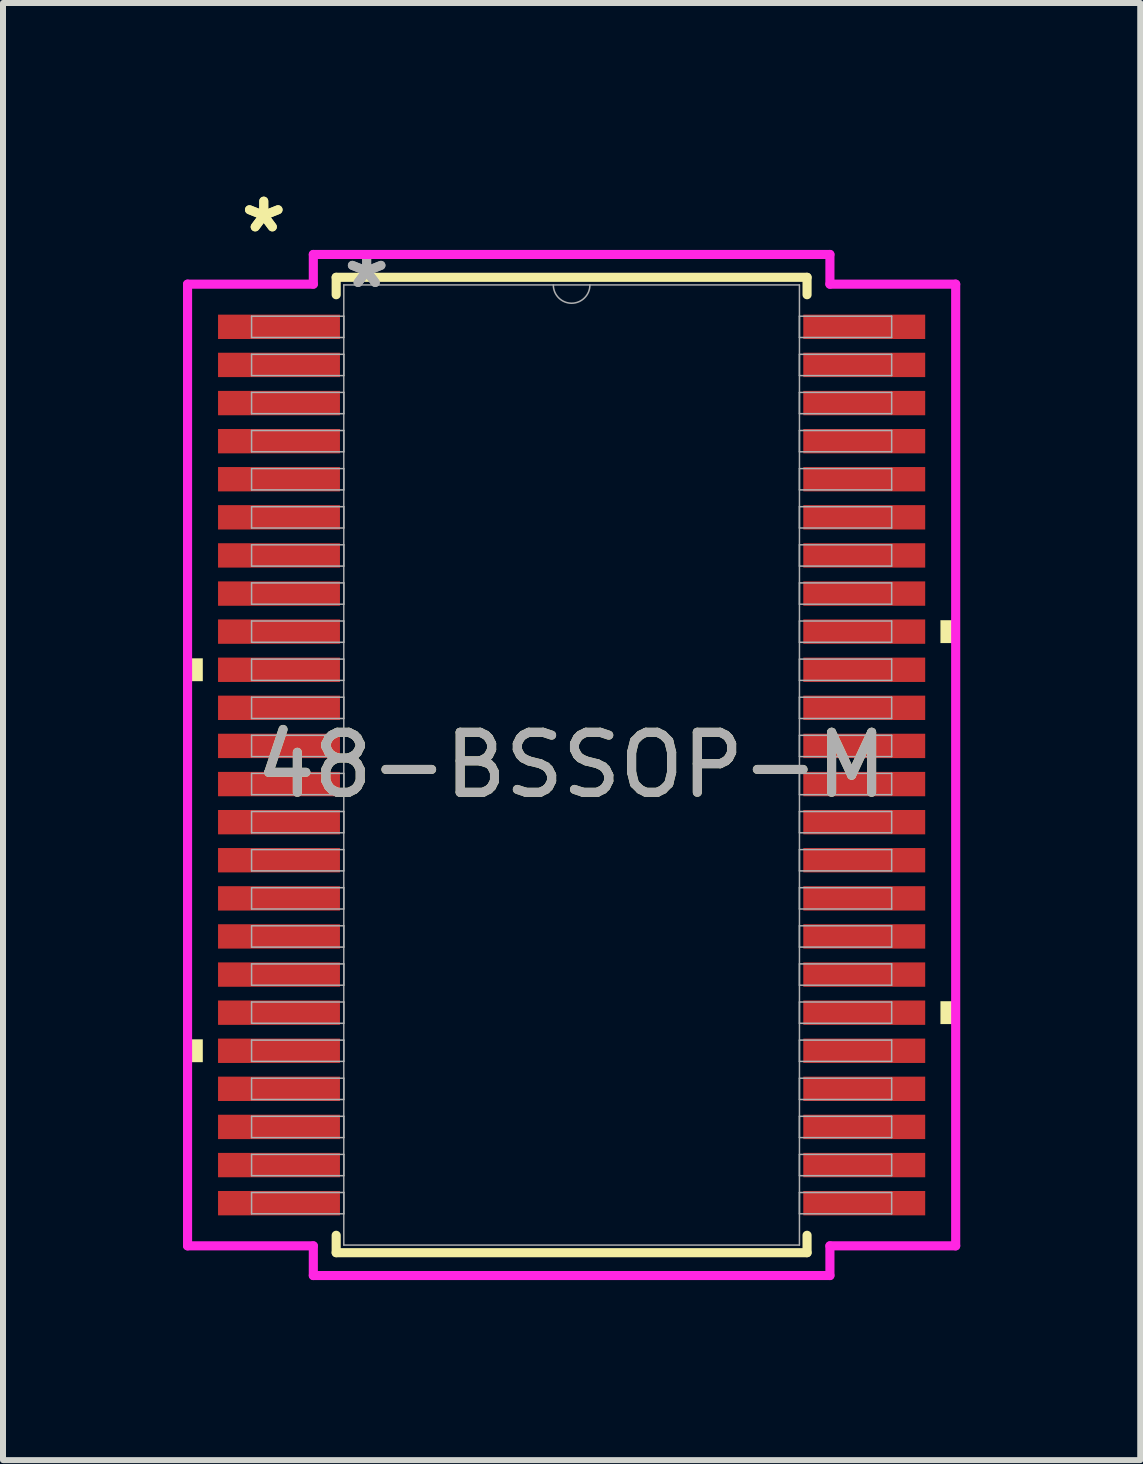
<source format=kicad_pcb>
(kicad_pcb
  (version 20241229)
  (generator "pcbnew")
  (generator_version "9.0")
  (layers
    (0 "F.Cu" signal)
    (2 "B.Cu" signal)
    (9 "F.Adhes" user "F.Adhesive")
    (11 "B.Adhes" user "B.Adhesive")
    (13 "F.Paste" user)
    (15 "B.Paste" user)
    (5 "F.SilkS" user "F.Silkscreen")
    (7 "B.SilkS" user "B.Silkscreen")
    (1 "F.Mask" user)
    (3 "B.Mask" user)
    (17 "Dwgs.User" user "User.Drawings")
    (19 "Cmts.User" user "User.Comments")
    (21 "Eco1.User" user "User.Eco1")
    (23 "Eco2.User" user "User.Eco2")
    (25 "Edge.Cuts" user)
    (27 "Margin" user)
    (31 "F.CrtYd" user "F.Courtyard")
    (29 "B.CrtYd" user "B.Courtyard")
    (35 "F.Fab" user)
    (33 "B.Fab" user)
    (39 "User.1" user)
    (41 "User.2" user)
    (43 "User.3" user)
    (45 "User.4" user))
  (footprint "48-BSSOP-M"
    (layer "F.Cu")
    (at 6.477 9.7)
    (property "Reference" "48-BSSOP-M" (at 0 0 0) (unlocked yes) (layer "F.SilkS") (effects (font (size 1 1) (thickness 0.15))))
    (attr smd)
    (fp_line (start -3.924 -8.128) (end -3.924 -7.838) (stroke (width 0.152) (type solid)) (layer "F.SilkS"))
    (fp_line (start -3.924 7.838) (end -3.924 8.128) (stroke (width 0.152) (type solid)) (layer "F.SilkS"))
    (fp_line (start -3.924 8.128) (end 3.924 8.128) (stroke (width 0.152) (type solid)) (layer "F.SilkS"))
    (fp_line (start 3.924 -8.128) (end -3.924 -8.128) (stroke (width 0.152) (type solid)) (layer "F.SilkS"))
    (fp_line (start 3.924 -7.838) (end 3.924 -8.128) (stroke (width 0.152) (type solid)) (layer "F.SilkS"))
    (fp_line (start 3.924 8.128) (end 3.924 7.838) (stroke (width 0.152) (type solid)) (layer "F.SilkS"))
    (fp_poly (pts (xy -6.401 -1.778) (xy -6.401 -1.397) (xy -6.147 -1.397) (xy -6.147 -1.778)) (stroke (width 0) (type solid)) (fill yes) (layer "F.SilkS"))
    (fp_poly (pts (xy -6.401 4.572) (xy -6.401 4.953) (xy -6.147 4.953) (xy -6.147 4.572)) (stroke (width 0) (type solid)) (fill yes) (layer "F.SilkS"))
    (fp_poly (pts (xy 6.401 -2.413) (xy 6.401 -2.032) (xy 6.147 -2.032) (xy 6.147 -2.413)) (stroke (width 0) (type solid)) (fill yes) (layer "F.SilkS"))
    (fp_poly (pts (xy 6.401 3.937) (xy 6.401 4.318) (xy 6.147 4.318) (xy 6.147 3.937)) (stroke (width 0) (type solid)) (fill yes) (layer "F.SilkS"))
    (fp_line (start -6.401 -8.014) (end -4.305 -8.014) (stroke (width 0.152) (type solid)) (layer "F.CrtYd"))
    (fp_line (start -6.401 8.014) (end -6.401 -8.014) (stroke (width 0.152) (type solid)) (layer "F.CrtYd"))
    (fp_line (start -6.401 8.014) (end -4.305 8.014) (stroke (width 0.152) (type solid)) (layer "F.CrtYd"))
    (fp_line (start -4.305 -8.509) (end 4.305 -8.509) (stroke (width 0.152) (type solid)) (layer "F.CrtYd"))
    (fp_line (start -4.305 -8.014) (end -4.305 -8.509) (stroke (width 0.152) (type solid)) (layer "F.CrtYd"))
    (fp_line (start -4.305 8.509) (end -4.305 8.014) (stroke (width 0.152) (type solid)) (layer "F.CrtYd"))
    (fp_line (start 4.305 -8.509) (end 4.305 -8.014) (stroke (width 0.152) (type solid)) (layer "F.CrtYd"))
    (fp_line (start 4.305 8.014) (end 4.305 8.509) (stroke (width 0.152) (type solid)) (layer "F.CrtYd"))
    (fp_line (start 4.305 8.509) (end -4.305 8.509) (stroke (width 0.152) (type solid)) (layer "F.CrtYd"))
    (fp_line (start 6.401 -8.014) (end 4.305 -8.014) (stroke (width 0.152) (type solid)) (layer "F.CrtYd"))
    (fp_line (start 6.401 -8.014) (end 6.401 8.014) (stroke (width 0.152) (type solid)) (layer "F.CrtYd"))
    (fp_line (start 6.401 8.014) (end 4.305 8.014) (stroke (width 0.152) (type solid)) (layer "F.CrtYd"))
    (fp_line (start -5.334 -7.48) (end -5.334 -7.125) (stroke (width 0.025) (type solid)) (layer "F.Fab"))
    (fp_line (start -5.334 -7.125) (end -3.797 -7.125) (stroke (width 0.025) (type solid)) (layer "F.Fab"))
    (fp_line (start -5.334 -6.845) (end -5.334 -6.49) (stroke (width 0.025) (type solid)) (layer "F.Fab"))
    (fp_line (start -5.334 -6.49) (end -3.797 -6.49) (stroke (width 0.025) (type solid)) (layer "F.Fab"))
    (fp_line (start -5.334 -6.21) (end -5.334 -5.855) (stroke (width 0.025) (type solid)) (layer "F.Fab"))
    (fp_line (start -5.334 -5.855) (end -3.797 -5.855) (stroke (width 0.025) (type solid)) (layer "F.Fab"))
    (fp_line (start -5.334 -5.575) (end -5.334 -5.22) (stroke (width 0.025) (type solid)) (layer "F.Fab"))
    (fp_line (start -5.334 -5.22) (end -3.797 -5.22) (stroke (width 0.025) (type solid)) (layer "F.Fab"))
    (fp_line (start -5.334 -4.94) (end -5.334 -4.585) (stroke (width 0.025) (type solid)) (layer "F.Fab"))
    (fp_line (start -5.334 -4.585) (end -3.797 -4.585) (stroke (width 0.025) (type solid)) (layer "F.Fab"))
    (fp_line (start -5.334 -4.305) (end -5.334 -3.95) (stroke (width 0.025) (type solid)) (layer "F.Fab"))
    (fp_line (start -5.334 -3.95) (end -3.797 -3.95) (stroke (width 0.025) (type solid)) (layer "F.Fab"))
    (fp_line (start -5.334 -3.67) (end -5.334 -3.315) (stroke (width 0.025) (type solid)) (layer "F.Fab"))
    (fp_line (start -5.334 -3.315) (end -3.797 -3.315) (stroke (width 0.025) (type solid)) (layer "F.Fab"))
    (fp_line (start -5.334 -3.035) (end -5.334 -2.68) (stroke (width 0.025) (type solid)) (layer "F.Fab"))
    (fp_line (start -5.334 -2.68) (end -3.797 -2.68) (stroke (width 0.025) (type solid)) (layer "F.Fab"))
    (fp_line (start -5.334 -2.4) (end -5.334 -2.045) (stroke (width 0.025) (type solid)) (layer "F.Fab"))
    (fp_line (start -5.334 -2.045) (end -3.797 -2.045) (stroke (width 0.025) (type solid)) (layer "F.Fab"))
    (fp_line (start -5.334 -1.765) (end -5.334 -1.41) (stroke (width 0.025) (type solid)) (layer "F.Fab"))
    (fp_line (start -5.334 -1.41) (end -3.797 -1.41) (stroke (width 0.025) (type solid)) (layer "F.Fab"))
    (fp_line (start -5.334 -1.13) (end -5.334 -0.775) (stroke (width 0.025) (type solid)) (layer "F.Fab"))
    (fp_line (start -5.334 -0.775) (end -3.797 -0.775) (stroke (width 0.025) (type solid)) (layer "F.Fab"))
    (fp_line (start -5.334 -0.495) (end -5.334 -0.14) (stroke (width 0.025) (type solid)) (layer "F.Fab"))
    (fp_line (start -5.334 -0.14) (end -3.797 -0.14) (stroke (width 0.025) (type solid)) (layer "F.Fab"))
    (fp_line (start -5.334 0.14) (end -5.334 0.495) (stroke (width 0.025) (type solid)) (layer "F.Fab"))
    (fp_line (start -5.334 0.495) (end -3.797 0.495) (stroke (width 0.025) (type solid)) (layer "F.Fab"))
    (fp_line (start -5.334 0.775) (end -5.334 1.13) (stroke (width 0.025) (type solid)) (layer "F.Fab"))
    (fp_line (start -5.334 1.13) (end -3.797 1.13) (stroke (width 0.025) (type solid)) (layer "F.Fab"))
    (fp_line (start -5.334 1.41) (end -5.334 1.765) (stroke (width 0.025) (type solid)) (layer "F.Fab"))
    (fp_line (start -5.334 1.765) (end -3.797 1.765) (stroke (width 0.025) (type solid)) (layer "F.Fab"))
    (fp_line (start -5.334 2.045) (end -5.334 2.4) (stroke (width 0.025) (type solid)) (layer "F.Fab"))
    (fp_line (start -5.334 2.4) (end -3.797 2.4) (stroke (width 0.025) (type solid)) (layer "F.Fab"))
    (fp_line (start -5.334 2.68) (end -5.334 3.035) (stroke (width 0.025) (type solid)) (layer "F.Fab"))
    (fp_line (start -5.334 3.035) (end -3.797 3.035) (stroke (width 0.025) (type solid)) (layer "F.Fab"))
    (fp_line (start -5.334 3.315) (end -5.334 3.67) (stroke (width 0.025) (type solid)) (layer "F.Fab"))
    (fp_line (start -5.334 3.67) (end -3.797 3.67) (stroke (width 0.025) (type solid)) (layer "F.Fab"))
    (fp_line (start -5.334 3.95) (end -5.334 4.305) (stroke (width 0.025) (type solid)) (layer "F.Fab"))
    (fp_line (start -5.334 4.305) (end -3.797 4.305) (stroke (width 0.025) (type solid)) (layer "F.Fab"))
    (fp_line (start -5.334 4.585) (end -5.334 4.94) (stroke (width 0.025) (type solid)) (layer "F.Fab"))
    (fp_line (start -5.334 4.94) (end -3.797 4.94) (stroke (width 0.025) (type solid)) (layer "F.Fab"))
    (fp_line (start -5.334 5.22) (end -5.334 5.575) (stroke (width 0.025) (type solid)) (layer "F.Fab"))
    (fp_line (start -5.334 5.575) (end -3.797 5.575) (stroke (width 0.025) (type solid)) (layer "F.Fab"))
    (fp_line (start -5.334 5.855) (end -5.334 6.21) (stroke (width 0.025) (type solid)) (layer "F.Fab"))
    (fp_line (start -5.334 6.21) (end -3.797 6.21) (stroke (width 0.025) (type solid)) (layer "F.Fab"))
    (fp_line (start -5.334 6.49) (end -5.334 6.845) (stroke (width 0.025) (type solid)) (layer "F.Fab"))
    (fp_line (start -5.334 6.845) (end -3.797 6.845) (stroke (width 0.025) (type solid)) (layer "F.Fab"))
    (fp_line (start -5.334 7.125) (end -5.334 7.48) (stroke (width 0.025) (type solid)) (layer "F.Fab"))
    (fp_line (start -5.334 7.48) (end -3.797 7.48) (stroke (width 0.025) (type solid)) (layer "F.Fab"))
    (fp_line (start -3.797 -8.001) (end -3.797 8.001) (stroke (width 0.025) (type solid)) (layer "F.Fab"))
    (fp_line (start -3.797 -7.48) (end -5.334 -7.48) (stroke (width 0.025) (type solid)) (layer "F.Fab"))
    (fp_line (start -3.797 -7.125) (end -3.797 -7.48) (stroke (width 0.025) (type solid)) (layer "F.Fab"))
    (fp_line (start -3.797 -6.845) (end -5.334 -6.845) (stroke (width 0.025) (type solid)) (layer "F.Fab"))
    (fp_line (start -3.797 -6.49) (end -3.797 -6.845) (stroke (width 0.025) (type solid)) (layer "F.Fab"))
    (fp_line (start -3.797 -6.21) (end -5.334 -6.21) (stroke (width 0.025) (type solid)) (layer "F.Fab"))
    (fp_line (start -3.797 -5.855) (end -3.797 -6.21) (stroke (width 0.025) (type solid)) (layer "F.Fab"))
    (fp_line (start -3.797 -5.575) (end -5.334 -5.575) (stroke (width 0.025) (type solid)) (layer "F.Fab"))
    (fp_line (start -3.797 -5.22) (end -3.797 -5.575) (stroke (width 0.025) (type solid)) (layer "F.Fab"))
    (fp_line (start -3.797 -4.94) (end -5.334 -4.94) (stroke (width 0.025) (type solid)) (layer "F.Fab"))
    (fp_line (start -3.797 -4.585) (end -3.797 -4.94) (stroke (width 0.025) (type solid)) (layer "F.Fab"))
    (fp_line (start -3.797 -4.305) (end -5.334 -4.305) (stroke (width 0.025) (type solid)) (layer "F.Fab"))
    (fp_line (start -3.797 -3.95) (end -3.797 -4.305) (stroke (width 0.025) (type solid)) (layer "F.Fab"))
    (fp_line (start -3.797 -3.67) (end -5.334 -3.67) (stroke (width 0.025) (type solid)) (layer "F.Fab"))
    (fp_line (start -3.797 -3.315) (end -3.797 -3.67) (stroke (width 0.025) (type solid)) (layer "F.Fab"))
    (fp_line (start -3.797 -3.035) (end -5.334 -3.035) (stroke (width 0.025) (type solid)) (layer "F.Fab"))
    (fp_line (start -3.797 -2.68) (end -3.797 -3.035) (stroke (width 0.025) (type solid)) (layer "F.Fab"))
    (fp_line (start -3.797 -2.4) (end -5.334 -2.4) (stroke (width 0.025) (type solid)) (layer "F.Fab"))
    (fp_line (start -3.797 -2.045) (end -3.797 -2.4) (stroke (width 0.025) (type solid)) (layer "F.Fab"))
    (fp_line (start -3.797 -1.765) (end -5.334 -1.765) (stroke (width 0.025) (type solid)) (layer "F.Fab"))
    (fp_line (start -3.797 -1.41) (end -3.797 -1.765) (stroke (width 0.025) (type solid)) (layer "F.Fab"))
    (fp_line (start -3.797 -1.13) (end -5.334 -1.13) (stroke (width 0.025) (type solid)) (layer "F.Fab"))
    (fp_line (start -3.797 -0.775) (end -3.797 -1.13) (stroke (width 0.025) (type solid)) (layer "F.Fab"))
    (fp_line (start -3.797 -0.495) (end -5.334 -0.495) (stroke (width 0.025) (type solid)) (layer "F.Fab"))
    (fp_line (start -3.797 -0.14) (end -3.797 -0.495) (stroke (width 0.025) (type solid)) (layer "F.Fab"))
    (fp_line (start -3.797 0.14) (end -5.334 0.14) (stroke (width 0.025) (type solid)) (layer "F.Fab"))
    (fp_line (start -3.797 0.495) (end -3.797 0.14) (stroke (width 0.025) (type solid)) (layer "F.Fab"))
    (fp_line (start -3.797 0.775) (end -5.334 0.775) (stroke (width 0.025) (type solid)) (layer "F.Fab"))
    (fp_line (start -3.797 1.13) (end -3.797 0.775) (stroke (width 0.025) (type solid)) (layer "F.Fab"))
    (fp_line (start -3.797 1.41) (end -5.334 1.41) (stroke (width 0.025) (type solid)) (layer "F.Fab"))
    (fp_line (start -3.797 1.765) (end -3.797 1.41) (stroke (width 0.025) (type solid)) (layer "F.Fab"))
    (fp_line (start -3.797 2.045) (end -5.334 2.045) (stroke (width 0.025) (type solid)) (layer "F.Fab"))
    (fp_line (start -3.797 2.4) (end -3.797 2.045) (stroke (width 0.025) (type solid)) (layer "F.Fab"))
    (fp_line (start -3.797 2.68) (end -5.334 2.68) (stroke (width 0.025) (type solid)) (layer "F.Fab"))
    (fp_line (start -3.797 3.035) (end -3.797 2.68) (stroke (width 0.025) (type solid)) (layer "F.Fab"))
    (fp_line (start -3.797 3.315) (end -5.334 3.315) (stroke (width 0.025) (type solid)) (layer "F.Fab"))
    (fp_line (start -3.797 3.67) (end -3.797 3.315) (stroke (width 0.025) (type solid)) (layer "F.Fab"))
    (fp_line (start -3.797 3.95) (end -5.334 3.95) (stroke (width 0.025) (type solid)) (layer "F.Fab"))
    (fp_line (start -3.797 4.305) (end -3.797 3.95) (stroke (width 0.025) (type solid)) (layer "F.Fab"))
    (fp_line (start -3.797 4.585) (end -5.334 4.585) (stroke (width 0.025) (type solid)) (layer "F.Fab"))
    (fp_line (start -3.797 4.94) (end -3.797 4.585) (stroke (width 0.025) (type solid)) (layer "F.Fab"))
    (fp_line (start -3.797 5.22) (end -5.334 5.22) (stroke (width 0.025) (type solid)) (layer "F.Fab"))
    (fp_line (start -3.797 5.575) (end -3.797 5.22) (stroke (width 0.025) (type solid)) (layer "F.Fab"))
    (fp_line (start -3.797 5.855) (end -5.334 5.855) (stroke (width 0.025) (type solid)) (layer "F.Fab"))
    (fp_line (start -3.797 6.21) (end -3.797 5.855) (stroke (width 0.025) (type solid)) (layer "F.Fab"))
    (fp_line (start -3.797 6.49) (end -5.334 6.49) (stroke (width 0.025) (type solid)) (layer "F.Fab"))
    (fp_line (start -3.797 6.845) (end -3.797 6.49) (stroke (width 0.025) (type solid)) (layer "F.Fab"))
    (fp_line (start -3.797 7.125) (end -5.334 7.125) (stroke (width 0.025) (type solid)) (layer "F.Fab"))
    (fp_line (start -3.797 7.48) (end -3.797 7.125) (stroke (width 0.025) (type solid)) (layer "F.Fab"))
    (fp_line (start -3.797 8.001) (end 3.797 8.001) (stroke (width 0.025) (type solid)) (layer "F.Fab"))
    (fp_line (start 3.797 -8.001) (end -3.797 -8.001) (stroke (width 0.025) (type solid)) (layer "F.Fab"))
    (fp_line (start 3.797 -7.48) (end 3.797 -7.125) (stroke (width 0.025) (type solid)) (layer "F.Fab"))
    (fp_line (start 3.797 -7.125) (end 5.334 -7.125) (stroke (width 0.025) (type solid)) (layer "F.Fab"))
    (fp_line (start 3.797 -6.845) (end 3.797 -6.49) (stroke (width 0.025) (type solid)) (layer "F.Fab"))
    (fp_line (start 3.797 -6.49) (end 5.334 -6.49) (stroke (width 0.025) (type solid)) (layer "F.Fab"))
    (fp_line (start 3.797 -6.21) (end 3.797 -5.855) (stroke (width 0.025) (type solid)) (layer "F.Fab"))
    (fp_line (start 3.797 -5.855) (end 5.334 -5.855) (stroke (width 0.025) (type solid)) (layer "F.Fab"))
    (fp_line (start 3.797 -5.575) (end 3.797 -5.22) (stroke (width 0.025) (type solid)) (layer "F.Fab"))
    (fp_line (start 3.797 -5.22) (end 5.334 -5.22) (stroke (width 0.025) (type solid)) (layer "F.Fab"))
    (fp_line (start 3.797 -4.94) (end 3.797 -4.585) (stroke (width 0.025) (type solid)) (layer "F.Fab"))
    (fp_line (start 3.797 -4.585) (end 5.334 -4.585) (stroke (width 0.025) (type solid)) (layer "F.Fab"))
    (fp_line (start 3.797 -4.305) (end 3.797 -3.95) (stroke (width 0.025) (type solid)) (layer "F.Fab"))
    (fp_line (start 3.797 -3.95) (end 5.334 -3.95) (stroke (width 0.025) (type solid)) (layer "F.Fab"))
    (fp_line (start 3.797 -3.67) (end 3.797 -3.315) (stroke (width 0.025) (type solid)) (layer "F.Fab"))
    (fp_line (start 3.797 -3.315) (end 5.334 -3.315) (stroke (width 0.025) (type solid)) (layer "F.Fab"))
    (fp_line (start 3.797 -3.035) (end 3.797 -2.68) (stroke (width 0.025) (type solid)) (layer "F.Fab"))
    (fp_line (start 3.797 -2.68) (end 5.334 -2.68) (stroke (width 0.025) (type solid)) (layer "F.Fab"))
    (fp_line (start 3.797 -2.4) (end 3.797 -2.045) (stroke (width 0.025) (type solid)) (layer "F.Fab"))
    (fp_line (start 3.797 -2.045) (end 5.334 -2.045) (stroke (width 0.025) (type solid)) (layer "F.Fab"))
    (fp_line (start 3.797 -1.765) (end 3.797 -1.41) (stroke (width 0.025) (type solid)) (layer "F.Fab"))
    (fp_line (start 3.797 -1.41) (end 5.334 -1.41) (stroke (width 0.025) (type solid)) (layer "F.Fab"))
    (fp_line (start 3.797 -1.13) (end 3.797 -0.775) (stroke (width 0.025) (type solid)) (layer "F.Fab"))
    (fp_line (start 3.797 -0.775) (end 5.334 -0.775) (stroke (width 0.025) (type solid)) (layer "F.Fab"))
    (fp_line (start 3.797 -0.495) (end 3.797 -0.14) (stroke (width 0.025) (type solid)) (layer "F.Fab"))
    (fp_line (start 3.797 -0.14) (end 5.334 -0.14) (stroke (width 0.025) (type solid)) (layer "F.Fab"))
    (fp_line (start 3.797 0.14) (end 3.797 0.495) (stroke (width 0.025) (type solid)) (layer "F.Fab"))
    (fp_line (start 3.797 0.495) (end 5.334 0.495) (stroke (width 0.025) (type solid)) (layer "F.Fab"))
    (fp_line (start 3.797 0.775) (end 3.797 1.13) (stroke (width 0.025) (type solid)) (layer "F.Fab"))
    (fp_line (start 3.797 1.13) (end 5.334 1.13) (stroke (width 0.025) (type solid)) (layer "F.Fab"))
    (fp_line (start 3.797 1.41) (end 3.797 1.765) (stroke (width 0.025) (type solid)) (layer "F.Fab"))
    (fp_line (start 3.797 1.765) (end 5.334 1.765) (stroke (width 0.025) (type solid)) (layer "F.Fab"))
    (fp_line (start 3.797 2.045) (end 3.797 2.4) (stroke (width 0.025) (type solid)) (layer "F.Fab"))
    (fp_line (start 3.797 2.4) (end 5.334 2.4) (stroke (width 0.025) (type solid)) (layer "F.Fab"))
    (fp_line (start 3.797 2.68) (end 3.797 3.035) (stroke (width 0.025) (type solid)) (layer "F.Fab"))
    (fp_line (start 3.797 3.035) (end 5.334 3.035) (stroke (width 0.025) (type solid)) (layer "F.Fab"))
    (fp_line (start 3.797 3.315) (end 3.797 3.67) (stroke (width 0.025) (type solid)) (layer "F.Fab"))
    (fp_line (start 3.797 3.67) (end 5.334 3.67) (stroke (width 0.025) (type solid)) (layer "F.Fab"))
    (fp_line (start 3.797 3.95) (end 3.797 4.305) (stroke (width 0.025) (type solid)) (layer "F.Fab"))
    (fp_line (start 3.797 4.305) (end 5.334 4.305) (stroke (width 0.025) (type solid)) (layer "F.Fab"))
    (fp_line (start 3.797 4.585) (end 3.797 4.94) (stroke (width 0.025) (type solid)) (layer "F.Fab"))
    (fp_line (start 3.797 4.94) (end 5.334 4.94) (stroke (width 0.025) (type solid)) (layer "F.Fab"))
    (fp_line (start 3.797 5.22) (end 3.797 5.575) (stroke (width 0.025) (type solid)) (layer "F.Fab"))
    (fp_line (start 3.797 5.575) (end 5.334 5.575) (stroke (width 0.025) (type solid)) (layer "F.Fab"))
    (fp_line (start 3.797 5.855) (end 3.797 6.21) (stroke (width 0.025) (type solid)) (layer "F.Fab"))
    (fp_line (start 3.797 6.21) (end 5.334 6.21) (stroke (width 0.025) (type solid)) (layer "F.Fab"))
    (fp_line (start 3.797 6.49) (end 3.797 6.845) (stroke (width 0.025) (type solid)) (layer "F.Fab"))
    (fp_line (start 3.797 6.845) (end 5.334 6.845) (stroke (width 0.025) (type solid)) (layer "F.Fab"))
    (fp_line (start 3.797 7.125) (end 3.797 7.48) (stroke (width 0.025) (type solid)) (layer "F.Fab"))
    (fp_line (start 3.797 7.48) (end 5.334 7.48) (stroke (width 0.025) (type solid)) (layer "F.Fab"))
    (fp_line (start 3.797 8.001) (end 3.797 -8.001) (stroke (width 0.025) (type solid)) (layer "F.Fab"))
    (fp_line (start 5.334 -7.48) (end 3.797 -7.48) (stroke (width 0.025) (type solid)) (layer "F.Fab"))
    (fp_line (start 5.334 -7.125) (end 5.334 -7.48) (stroke (width 0.025) (type solid)) (layer "F.Fab"))
    (fp_line (start 5.334 -6.845) (end 3.797 -6.845) (stroke (width 0.025) (type solid)) (layer "F.Fab"))
    (fp_line (start 5.334 -6.49) (end 5.334 -6.845) (stroke (width 0.025) (type solid)) (layer "F.Fab"))
    (fp_line (start 5.334 -6.21) (end 3.797 -6.21) (stroke (width 0.025) (type solid)) (layer "F.Fab"))
    (fp_line (start 5.334 -5.855) (end 5.334 -6.21) (stroke (width 0.025) (type solid)) (layer "F.Fab"))
    (fp_line (start 5.334 -5.575) (end 3.797 -5.575) (stroke (width 0.025) (type solid)) (layer "F.Fab"))
    (fp_line (start 5.334 -5.22) (end 5.334 -5.575) (stroke (width 0.025) (type solid)) (layer "F.Fab"))
    (fp_line (start 5.334 -4.94) (end 3.797 -4.94) (stroke (width 0.025) (type solid)) (layer "F.Fab"))
    (fp_line (start 5.334 -4.585) (end 5.334 -4.94) (stroke (width 0.025) (type solid)) (layer "F.Fab"))
    (fp_line (start 5.334 -4.305) (end 3.797 -4.305) (stroke (width 0.025) (type solid)) (layer "F.Fab"))
    (fp_line (start 5.334 -3.95) (end 5.334 -4.305) (stroke (width 0.025) (type solid)) (layer "F.Fab"))
    (fp_line (start 5.334 -3.67) (end 3.797 -3.67) (stroke (width 0.025) (type solid)) (layer "F.Fab"))
    (fp_line (start 5.334 -3.315) (end 5.334 -3.67) (stroke (width 0.025) (type solid)) (layer "F.Fab"))
    (fp_line (start 5.334 -3.035) (end 3.797 -3.035) (stroke (width 0.025) (type solid)) (layer "F.Fab"))
    (fp_line (start 5.334 -2.68) (end 5.334 -3.035) (stroke (width 0.025) (type solid)) (layer "F.Fab"))
    (fp_line (start 5.334 -2.4) (end 3.797 -2.4) (stroke (width 0.025) (type solid)) (layer "F.Fab"))
    (fp_line (start 5.334 -2.045) (end 5.334 -2.4) (stroke (width 0.025) (type solid)) (layer "F.Fab"))
    (fp_line (start 5.334 -1.765) (end 3.797 -1.765) (stroke (width 0.025) (type solid)) (layer "F.Fab"))
    (fp_line (start 5.334 -1.41) (end 5.334 -1.765) (stroke (width 0.025) (type solid)) (layer "F.Fab"))
    (fp_line (start 5.334 -1.13) (end 3.797 -1.13) (stroke (width 0.025) (type solid)) (layer "F.Fab"))
    (fp_line (start 5.334 -0.775) (end 5.334 -1.13) (stroke (width 0.025) (type solid)) (layer "F.Fab"))
    (fp_line (start 5.334 -0.495) (end 3.797 -0.495) (stroke (width 0.025) (type solid)) (layer "F.Fab"))
    (fp_line (start 5.334 -0.14) (end 5.334 -0.495) (stroke (width 0.025) (type solid)) (layer "F.Fab"))
    (fp_line (start 5.334 0.14) (end 3.797 0.14) (stroke (width 0.025) (type solid)) (layer "F.Fab"))
    (fp_line (start 5.334 0.495) (end 5.334 0.14) (stroke (width 0.025) (type solid)) (layer "F.Fab"))
    (fp_line (start 5.334 0.775) (end 3.797 0.775) (stroke (width 0.025) (type solid)) (layer "F.Fab"))
    (fp_line (start 5.334 1.13) (end 5.334 0.775) (stroke (width 0.025) (type solid)) (layer "F.Fab"))
    (fp_line (start 5.334 1.41) (end 3.797 1.41) (stroke (width 0.025) (type solid)) (layer "F.Fab"))
    (fp_line (start 5.334 1.765) (end 5.334 1.41) (stroke (width 0.025) (type solid)) (layer "F.Fab"))
    (fp_line (start 5.334 2.045) (end 3.797 2.045) (stroke (width 0.025) (type solid)) (layer "F.Fab"))
    (fp_line (start 5.334 2.4) (end 5.334 2.045) (stroke (width 0.025) (type solid)) (layer "F.Fab"))
    (fp_line (start 5.334 2.68) (end 3.797 2.68) (stroke (width 0.025) (type solid)) (layer "F.Fab"))
    (fp_line (start 5.334 3.035) (end 5.334 2.68) (stroke (width 0.025) (type solid)) (layer "F.Fab"))
    (fp_line (start 5.334 3.315) (end 3.797 3.315) (stroke (width 0.025) (type solid)) (layer "F.Fab"))
    (fp_line (start 5.334 3.67) (end 5.334 3.315) (stroke (width 0.025) (type solid)) (layer "F.Fab"))
    (fp_line (start 5.334 3.95) (end 3.797 3.95) (stroke (width 0.025) (type solid)) (layer "F.Fab"))
    (fp_line (start 5.334 4.305) (end 5.334 3.95) (stroke (width 0.025) (type solid)) (layer "F.Fab"))
    (fp_line (start 5.334 4.585) (end 3.797 4.585) (stroke (width 0.025) (type solid)) (layer "F.Fab"))
    (fp_line (start 5.334 4.94) (end 5.334 4.585) (stroke (width 0.025) (type solid)) (layer "F.Fab"))
    (fp_line (start 5.334 5.22) (end 3.797 5.22) (stroke (width 0.025) (type solid)) (layer "F.Fab"))
    (fp_line (start 5.334 5.575) (end 5.334 5.22) (stroke (width 0.025) (type solid)) (layer "F.Fab"))
    (fp_line (start 5.334 5.855) (end 3.797 5.855) (stroke (width 0.025) (type solid)) (layer "F.Fab"))
    (fp_line (start 5.334 6.21) (end 5.334 5.855) (stroke (width 0.025) (type solid)) (layer "F.Fab"))
    (fp_line (start 5.334 6.49) (end 3.797 6.49) (stroke (width 0.025) (type solid)) (layer "F.Fab"))
    (fp_line (start 5.334 6.845) (end 5.334 6.49) (stroke (width 0.025) (type solid)) (layer "F.Fab"))
    (fp_line (start 5.334 7.125) (end 3.797 7.125) (stroke (width 0.025) (type solid)) (layer "F.Fab"))
    (fp_line (start 5.334 7.48) (end 5.334 7.125) (stroke (width 0.025) (type solid)) (layer "F.Fab"))
    (fp_arc (start 0.3048 -8.001) (mid 0 -7.6962) (end -0.3048 -8.001) (stroke (width 0.0254) (type solid)) (layer "F.Fab"))
    (fp_text user "*" (at -5.131 -8.852 0) (unlocked yes) (layer "F.SilkS") (effects (font (size 1 1) (thickness 0.15))))
    (fp_text user "*" (at -5.131 -8.852 0) (layer "F.SilkS") (effects (font (size 1 1) (thickness 0.15))))
    (fp_text user "*" (at -3.416 -7.925 0) (layer "F.Fab") (effects (font (size 1 1) (thickness 0.15))))
    (fp_text user "*" (at -3.416 -7.925 0) (unlocked yes) (layer "F.Fab") (effects (font (size 1 1) (thickness 0.15))))
    (fp_text user "${REFERENCE}" (at 0 0 0) (unlocked yes) (layer "F.Fab") (effects (font (size 1 1) (thickness 0.15))))
    (pad "1" smd rect (at -4.877 -7.303) (size 2.032 0.406) (layers "F.Cu" "F.Mask" "F.Paste"))
    (pad "2" smd rect (at -4.877 -6.668) (size 2.032 0.406) (layers "F.Cu" "F.Mask" "F.Paste"))
    (pad "3" smd rect (at -4.877 -6.032) (size 2.032 0.406) (layers "F.Cu" "F.Mask" "F.Paste"))
    (pad "4" smd rect (at -4.877 -5.397) (size 2.032 0.406) (layers "F.Cu" "F.Mask" "F.Paste"))
    (pad "5" smd rect (at -4.877 -4.763) (size 2.032 0.406) (layers "F.Cu" "F.Mask" "F.Paste"))
    (pad "6" smd rect (at -4.877 -4.128) (size 2.032 0.406) (layers "F.Cu" "F.Mask" "F.Paste"))
    (pad "7" smd rect (at -4.877 -3.493) (size 2.032 0.406) (layers "F.Cu" "F.Mask" "F.Paste"))
    (pad "8" smd rect (at -4.877 -2.857) (size 2.032 0.406) (layers "F.Cu" "F.Mask" "F.Paste"))
    (pad "9" smd rect (at -4.877 -2.223) (size 2.032 0.406) (layers "F.Cu" "F.Mask" "F.Paste"))
    (pad "10" smd rect (at -4.877 -1.587) (size 2.032 0.406) (layers "F.Cu" "F.Mask" "F.Paste"))
    (pad "11" smd rect (at -4.877 -0.953) (size 2.032 0.406) (layers "F.Cu" "F.Mask" "F.Paste"))
    (pad "12" smd rect (at -4.877 -0.318) (size 2.032 0.406) (layers "F.Cu" "F.Mask" "F.Paste"))
    (pad "13" smd rect (at -4.877 0.318) (size 2.032 0.406) (layers "F.Cu" "F.Mask" "F.Paste"))
    (pad "14" smd rect (at -4.877 0.953) (size 2.032 0.406) (layers "F.Cu" "F.Mask" "F.Paste"))
    (pad "15" smd rect (at -4.877 1.587) (size 2.032 0.406) (layers "F.Cu" "F.Mask" "F.Paste"))
    (pad "16" smd rect (at -4.877 2.223) (size 2.032 0.406) (layers "F.Cu" "F.Mask" "F.Paste"))
    (pad "17" smd rect (at -4.877 2.857) (size 2.032 0.406) (layers "F.Cu" "F.Mask" "F.Paste"))
    (pad "18" smd rect (at -4.877 3.493) (size 2.032 0.406) (layers "F.Cu" "F.Mask" "F.Paste"))
    (pad "19" smd rect (at -4.877 4.128) (size 2.032 0.406) (layers "F.Cu" "F.Mask" "F.Paste"))
    (pad "20" smd rect (at -4.877 4.763) (size 2.032 0.406) (layers "F.Cu" "F.Mask" "F.Paste"))
    (pad "21" smd rect (at -4.877 5.397) (size 2.032 0.406) (layers "F.Cu" "F.Mask" "F.Paste"))
    (pad "22" smd rect (at -4.877 6.032) (size 2.032 0.406) (layers "F.Cu" "F.Mask" "F.Paste"))
    (pad "23" smd rect (at -4.877 6.668) (size 2.032 0.406) (layers "F.Cu" "F.Mask" "F.Paste"))
    (pad "24" smd rect (at -4.877 7.303) (size 2.032 0.406) (layers "F.Cu" "F.Mask" "F.Paste"))
    (pad "25" smd rect (at 4.877 7.303) (size 2.032 0.406) (layers "F.Cu" "F.Mask" "F.Paste"))
    (pad "26" smd rect (at 4.877 6.668) (size 2.032 0.406) (layers "F.Cu" "F.Mask" "F.Paste"))
    (pad "27" smd rect (at 4.877 6.032) (size 2.032 0.406) (layers "F.Cu" "F.Mask" "F.Paste"))
    (pad "28" smd rect (at 4.877 5.397) (size 2.032 0.406) (layers "F.Cu" "F.Mask" "F.Paste"))
    (pad "29" smd rect (at 4.877 4.763) (size 2.032 0.406) (layers "F.Cu" "F.Mask" "F.Paste"))
    (pad "30" smd rect (at 4.877 4.128) (size 2.032 0.406) (layers "F.Cu" "F.Mask" "F.Paste"))
    (pad "31" smd rect (at 4.877 3.493) (size 2.032 0.406) (layers "F.Cu" "F.Mask" "F.Paste"))
    (pad "32" smd rect (at 4.877 2.857) (size 2.032 0.406) (layers "F.Cu" "F.Mask" "F.Paste"))
    (pad "33" smd rect (at 4.877 2.223) (size 2.032 0.406) (layers "F.Cu" "F.Mask" "F.Paste"))
    (pad "34" smd rect (at 4.877 1.587) (size 2.032 0.406) (layers "F.Cu" "F.Mask" "F.Paste"))
    (pad "35" smd rect (at 4.877 0.953) (size 2.032 0.406) (layers "F.Cu" "F.Mask" "F.Paste"))
    (pad "36" smd rect (at 4.877 0.318) (size 2.032 0.406) (layers "F.Cu" "F.Mask" "F.Paste"))
    (pad "37" smd rect (at 4.877 -0.318) (size 2.032 0.406) (layers "F.Cu" "F.Mask" "F.Paste"))
    (pad "38" smd rect (at 4.877 -0.953) (size 2.032 0.406) (layers "F.Cu" "F.Mask" "F.Paste"))
    (pad "39" smd rect (at 4.877 -1.587) (size 2.032 0.406) (layers "F.Cu" "F.Mask" "F.Paste"))
    (pad "40" smd rect (at 4.877 -2.223) (size 2.032 0.406) (layers "F.Cu" "F.Mask" "F.Paste"))
    (pad "41" smd rect (at 4.877 -2.857) (size 2.032 0.406) (layers "F.Cu" "F.Mask" "F.Paste"))
    (pad "42" smd rect (at 4.877 -3.493) (size 2.032 0.406) (layers "F.Cu" "F.Mask" "F.Paste"))
    (pad "43" smd rect (at 4.877 -4.128) (size 2.032 0.406) (layers "F.Cu" "F.Mask" "F.Paste"))
    (pad "44" smd rect (at 4.877 -4.763) (size 2.032 0.406) (layers "F.Cu" "F.Mask" "F.Paste"))
    (pad "45" smd rect (at 4.877 -5.397) (size 2.032 0.406) (layers "F.Cu" "F.Mask" "F.Paste"))
    (pad "46" smd rect (at 4.877 -6.032) (size 2.032 0.406) (layers "F.Cu" "F.Mask" "F.Paste"))
    (pad "47" smd rect (at 4.877 -6.668) (size 2.032 0.406) (layers "F.Cu" "F.Mask" "F.Paste"))
    (pad "48" smd rect (at 4.877 -7.303) (size 2.032 0.406) (layers "F.Cu" "F.Mask" "F.Paste")))
  (gr_rect
    (start -3 -3)
    (end 15.954 21.285)
    (stroke (width 0.1) (type default))
    (fill no)
    (layer "Edge.Cuts")))
</source>
